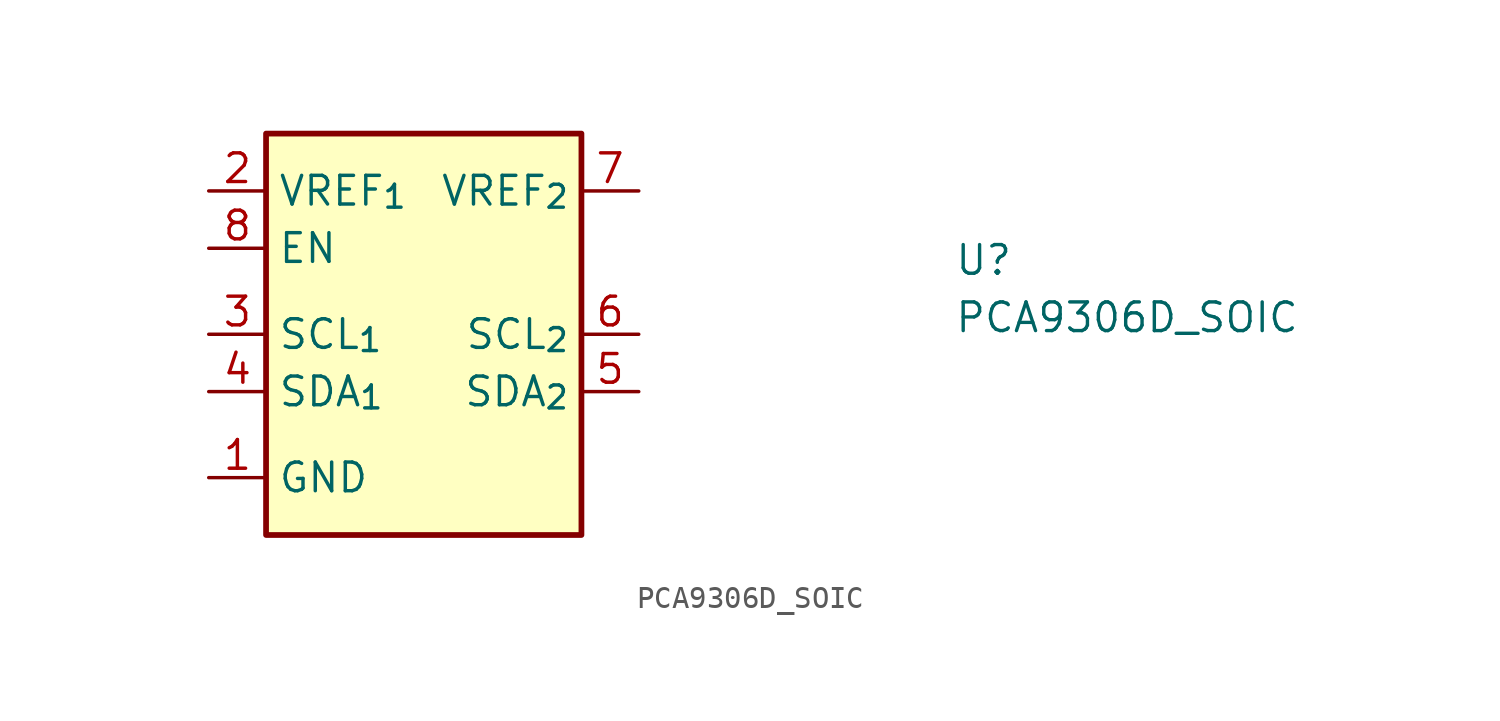
<source format=kicad_sym>
(kicad_symbol_lib
  (version 20211014)
  (generator kicad_symbol_editor)
  (symbol "PCA9306D_SOIC"
    (property "Reference" "U"
      (at 33.02 -3.81 0)
      (effects (font (size 1.27 1.27) (thickness 0.15)) (justify left bottom)))
    (property "Value" "PCA9306D_SOIC"
      (at 33.02 -6.35 0)
      (effects (font (size 1.27 1.27) (thickness 0.15)) (justify left bottom)))
    (symbol "PCA9306D_SOIC_1_1"
      (rectangle (start 2.54 2.54) (end 16.51 -15.24) (stroke (width 0.254) (type default) (color 0 0 0 0)) (fill (type background)))
      (pin power_in line (at 0 -12.7 0) (length 2.54) (name "GND" (effects (font (size 1.27 1.27)))) (number "1" (effects (font (size 1.27 1.27)))))
      (pin power_in line (at 0 0 0) (length 2.54) (name "VREF_{1}" (effects (font (size 1.27 1.27)))) (number "2" (effects (font (size 1.27 1.27)))))
      (pin bidirectional line (at 0 -6.35 0) (length 2.54) (name "SCL_{1}" (effects (font (size 1.27 1.27)))) (number "3" (effects (font (size 1.27 1.27)))))
      (pin bidirectional line (at 0 -8.89 0) (length 2.54) (name "SDA_{1}" (effects (font (size 1.27 1.27)))) (number "4" (effects (font (size 1.27 1.27)))))
      (pin bidirectional line (at 19.05 -8.89 180) (length 2.54) (name "SDA_{2}" (effects (font (size 1.27 1.27)))) (number "5" (effects (font (size 1.27 1.27)))))
      (pin bidirectional line (at 19.05 -6.35 180) (length 2.54) (name "SCL_{2}" (effects (font (size 1.27 1.27)))) (number "6" (effects (font (size 1.27 1.27)))))
      (pin power_in line (at 19.05 0 180) (length 2.54) (name "VREF_{2}" (effects (font (size 1.27 1.27)))) (number "7" (effects (font (size 1.27 1.27)))))
      (pin input line (at 0 -2.54 0) (length 2.54) (name "EN" (effects (font (size 1.27 1.27)))) (number "8" (effects (font (size 1.27 1.27))))))))
</source>
